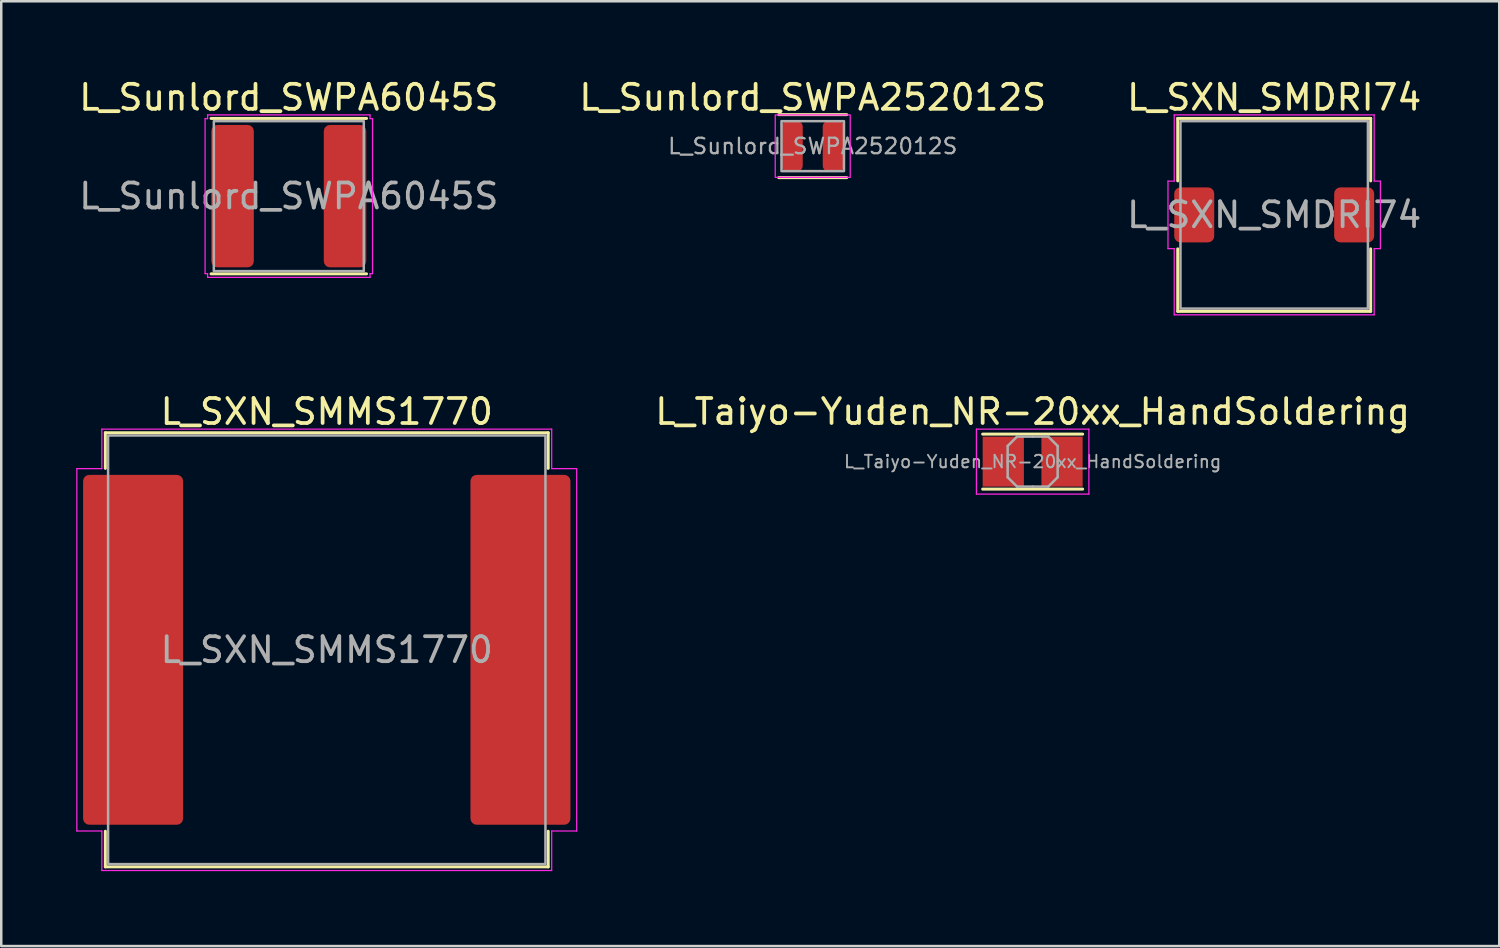
<source format=kicad_pcb>
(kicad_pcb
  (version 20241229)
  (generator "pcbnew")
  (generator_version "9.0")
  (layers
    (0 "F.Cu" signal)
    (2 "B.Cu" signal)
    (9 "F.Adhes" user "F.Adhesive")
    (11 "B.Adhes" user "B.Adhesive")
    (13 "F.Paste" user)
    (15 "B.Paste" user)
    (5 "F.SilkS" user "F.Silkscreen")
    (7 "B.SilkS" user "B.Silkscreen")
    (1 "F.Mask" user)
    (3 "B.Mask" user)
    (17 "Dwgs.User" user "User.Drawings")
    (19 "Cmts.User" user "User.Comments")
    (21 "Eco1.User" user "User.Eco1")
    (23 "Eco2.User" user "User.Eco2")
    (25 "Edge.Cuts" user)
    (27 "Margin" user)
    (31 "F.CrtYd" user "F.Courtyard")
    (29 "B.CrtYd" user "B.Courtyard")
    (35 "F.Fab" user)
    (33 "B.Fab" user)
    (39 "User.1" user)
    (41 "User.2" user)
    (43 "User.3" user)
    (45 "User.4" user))
  (footprint "L_SXN_SMMS1770"
    (layer "F.Cu")
    (at 10.025 22.951)
    (property "Reference" "L_SXN_SMMS1770" (at 0 -9.53 0) (layer "F.SilkS") (effects (font (size 1 1) (thickness 0.15))))
    (attr smd)
    (fp_line (start -8.86 -8.685) (end 8.86 -8.685) (stroke (width 0.12) (type solid)) (layer "F.SilkS"))
    (fp_line (start -8.86 -7.26) (end -8.86 -8.685) (stroke (width 0.12) (type solid)) (layer "F.SilkS"))
    (fp_line (start -8.86 8.685) (end -8.86 7.26) (stroke (width 0.12) (type solid)) (layer "F.SilkS"))
    (fp_line (start 8.86 -8.685) (end 8.86 -7.26) (stroke (width 0.12) (type solid)) (layer "F.SilkS"))
    (fp_line (start 8.86 7.26) (end 8.86 8.685) (stroke (width 0.12) (type solid)) (layer "F.SilkS"))
    (fp_line (start 8.86 8.685) (end -8.86 8.685) (stroke (width 0.12) (type solid)) (layer "F.SilkS"))
    (fp_line (start -10 -7.25) (end -9 -7.25) (stroke (width 0.05) (type solid)) (layer "F.CrtYd"))
    (fp_line (start -10 7.25) (end -10 -7.25) (stroke (width 0.05) (type solid)) (layer "F.CrtYd"))
    (fp_line (start -9 -8.83) (end 9 -8.83) (stroke (width 0.05) (type solid)) (layer "F.CrtYd"))
    (fp_line (start -9 -7.25) (end -9 -8.83) (stroke (width 0.05) (type solid)) (layer "F.CrtYd"))
    (fp_line (start -9 7.25) (end -10 7.25) (stroke (width 0.05) (type solid)) (layer "F.CrtYd"))
    (fp_line (start -9 8.83) (end -9 7.25) (stroke (width 0.05) (type solid)) (layer "F.CrtYd"))
    (fp_line (start 9 -8.83) (end 9 -7.25) (stroke (width 0.05) (type solid)) (layer "F.CrtYd"))
    (fp_line (start 9 -7.25) (end 10 -7.25) (stroke (width 0.05) (type solid)) (layer "F.CrtYd"))
    (fp_line (start 9 7.25) (end 9 8.83) (stroke (width 0.05) (type solid)) (layer "F.CrtYd"))
    (fp_line (start 9 8.83) (end -9 8.83) (stroke (width 0.05) (type solid)) (layer "F.CrtYd"))
    (fp_line (start 10 -7.25) (end 10 7.25) (stroke (width 0.05) (type solid)) (layer "F.CrtYd"))
    (fp_line (start 10 7.25) (end 9 7.25) (stroke (width 0.05) (type solid)) (layer "F.CrtYd"))
    (fp_rect (start -8.75 -8.575) (end 8.75 8.575) (stroke (width 0.1) (type solid)) (fill no) (layer "F.Fab"))
    (fp_text user "${REFERENCE}" (at 0 0 0) (layer "F.Fab") (effects (font (size 1 1) (thickness 0.15))))
    (pad "1" smd roundrect (at -7.75 0) (size 4 14) (layers "F.Cu" "F.Mask" "F.Paste") (roundrect_rratio 0.062))
    (pad "2" smd roundrect (at 7.75 0) (size 4 14) (layers "F.Cu" "F.Mask" "F.Paste") (roundrect_rratio 0.062)))
  (footprint "L_Sunlord_SWPA6045S"
    (layer "F.Cu")
    (at 8.506 4.798)
    (property "Reference" "L_Sunlord_SWPA6045S" (at 0 -3.95 0) (layer "F.SilkS") (effects (font (size 1 1) (thickness 0.15))))
    (attr smd)
    (fp_line (start -3.11 -3.11) (end 3.11 -3.11) (stroke (width 0.12) (type solid)) (layer "F.SilkS"))
    (fp_line (start 3.11 3.11) (end -3.11 3.11) (stroke (width 0.12) (type solid)) (layer "F.SilkS"))
    (fp_line (start -3.35 -3.1) (end -3.25 -3.1) (stroke (width 0.05) (type solid)) (layer "F.CrtYd"))
    (fp_line (start -3.35 3.1) (end -3.35 -3.1) (stroke (width 0.05) (type solid)) (layer "F.CrtYd"))
    (fp_line (start -3.25 -3.25) (end 3.25 -3.25) (stroke (width 0.05) (type solid)) (layer "F.CrtYd"))
    (fp_line (start -3.25 -3.1) (end -3.25 -3.25) (stroke (width 0.05) (type solid)) (layer "F.CrtYd"))
    (fp_line (start -3.25 3.1) (end -3.35 3.1) (stroke (width 0.05) (type solid)) (layer "F.CrtYd"))
    (fp_line (start -3.25 3.25) (end -3.25 3.1) (stroke (width 0.05) (type solid)) (layer "F.CrtYd"))
    (fp_line (start 3.25 -3.25) (end 3.25 -3.1) (stroke (width 0.05) (type solid)) (layer "F.CrtYd"))
    (fp_line (start 3.25 -3.1) (end 3.35 -3.1) (stroke (width 0.05) (type solid)) (layer "F.CrtYd"))
    (fp_line (start 3.25 3.1) (end 3.25 3.25) (stroke (width 0.05) (type solid)) (layer "F.CrtYd"))
    (fp_line (start 3.25 3.25) (end -3.25 3.25) (stroke (width 0.05) (type solid)) (layer "F.CrtYd"))
    (fp_line (start 3.35 -3.1) (end 3.35 3.1) (stroke (width 0.05) (type solid)) (layer "F.CrtYd"))
    (fp_line (start 3.35 3.1) (end 3.25 3.1) (stroke (width 0.05) (type solid)) (layer "F.CrtYd"))
    (fp_rect (start -3 -3) (end 3 3) (stroke (width 0.1) (type solid)) (fill no) (layer "F.Fab"))
    (fp_text user "${REFERENCE}" (at 0 0 0) (layer "F.Fab") (effects (font (size 1 1) (thickness 0.15))))
    (pad "1" smd roundrect (at -2.25 0) (size 1.7 5.7) (layers "F.Cu" "F.Mask" "F.Paste") (roundrect_rratio 0.147))
    (pad "2" smd roundrect (at 2.25 0) (size 1.7 5.7) (layers "F.Cu" "F.Mask" "F.Paste") (roundrect_rratio 0.147)))
  (footprint "L_Sunlord_SWPA252012S"
    (layer "F.Cu")
    (at 29.47 2.798)
    (property "Reference" "L_Sunlord_SWPA252012S" (at 0 -1.95 0) (layer "F.SilkS") (effects (font (size 1 1) (thickness 0.15))))
    (attr smd)
    (fp_line (start -1.36 -1.26) (end 1.36 -1.26) (stroke (width 0.12) (type solid)) (layer "F.SilkS"))
    (fp_line (start 1.36 1.26) (end -1.36 1.26) (stroke (width 0.12) (type solid)) (layer "F.SilkS"))
    (fp_rect (start -1.5 -1.25) (end 1.5 1.25) (stroke (width 0.05) (type solid)) (fill no) (layer "F.CrtYd"))
    (fp_rect (start -1.25 -1) (end 1.25 1) (stroke (width 0.1) (type solid)) (fill no) (layer "F.Fab"))
    (fp_text user "${REFERENCE}" (at 0 0 0) (layer "F.Fab") (effects (font (size 0.62 0.62) (thickness 0.09))))
    (pad "1" smd roundrect (at -0.825 0) (size 0.85 2) (layers "F.Cu" "F.Mask" "F.Paste") (roundrect_rratio 0.25))
    (pad "2" smd roundrect (at 0.825 0) (size 0.85 2) (layers "F.Cu" "F.Mask" "F.Paste") (roundrect_rratio 0.25)))
  (footprint "L_SXN_SMDRI74"
    (layer "F.Cu")
    (at 47.935 5.548)
    (property "Reference" "L_SXN_SMDRI74" (at 0 -4.7 0) (layer "F.SilkS") (effects (font (size 1 1) (thickness 0.15))))
    (attr smd)
    (fp_line (start -3.86 -3.86) (end 3.86 -3.86) (stroke (width 0.12) (type solid)) (layer "F.SilkS"))
    (fp_line (start -3.86 -1.36) (end -3.86 -3.86) (stroke (width 0.12) (type solid)) (layer "F.SilkS"))
    (fp_line (start -3.86 3.86) (end -3.86 1.36) (stroke (width 0.12) (type solid)) (layer "F.SilkS"))
    (fp_line (start 3.86 -3.86) (end 3.86 -1.36) (stroke (width 0.12) (type solid)) (layer "F.SilkS"))
    (fp_line (start 3.86 1.36) (end 3.86 3.86) (stroke (width 0.12) (type solid)) (layer "F.SilkS"))
    (fp_line (start 3.86 3.86) (end -3.86 3.86) (stroke (width 0.12) (type solid)) (layer "F.SilkS"))
    (fp_line (start -4.25 -1.35) (end -4 -1.35) (stroke (width 0.05) (type solid)) (layer "F.CrtYd"))
    (fp_line (start -4.25 1.35) (end -4.25 -1.35) (stroke (width 0.05) (type solid)) (layer "F.CrtYd"))
    (fp_line (start -4 -4) (end 4 -4) (stroke (width 0.05) (type solid)) (layer "F.CrtYd"))
    (fp_line (start -4 -1.35) (end -4 -4) (stroke (width 0.05) (type solid)) (layer "F.CrtYd"))
    (fp_line (start -4 1.35) (end -4.25 1.35) (stroke (width 0.05) (type solid)) (layer "F.CrtYd"))
    (fp_line (start -4 4) (end -4 1.35) (stroke (width 0.05) (type solid)) (layer "F.CrtYd"))
    (fp_line (start 4 -4) (end 4 -1.35) (stroke (width 0.05) (type solid)) (layer "F.CrtYd"))
    (fp_line (start 4 -1.35) (end 4.25 -1.35) (stroke (width 0.05) (type solid)) (layer "F.CrtYd"))
    (fp_line (start 4 1.35) (end 4 4) (stroke (width 0.05) (type solid)) (layer "F.CrtYd"))
    (fp_line (start 4 4) (end -4 4) (stroke (width 0.05) (type solid)) (layer "F.CrtYd"))
    (fp_line (start 4.25 -1.35) (end 4.25 1.35) (stroke (width 0.05) (type solid)) (layer "F.CrtYd"))
    (fp_line (start 4.25 1.35) (end 4 1.35) (stroke (width 0.05) (type solid)) (layer "F.CrtYd"))
    (fp_rect (start -3.75 -3.75) (end 3.75 3.75) (stroke (width 0.1) (type solid)) (fill no) (layer "F.Fab"))
    (fp_text user "${REFERENCE}" (at 0 0 0) (layer "F.Fab") (effects (font (size 1 1) (thickness 0.15))))
    (pad "1" smd roundrect (at -3.2 0) (size 1.6 2.2) (layers "F.Cu" "F.Mask" "F.Paste") (roundrect_rratio 0.156))
    (pad "2" smd roundrect (at 3.2 0) (size 1.6 2.2) (layers "F.Cu" "F.Mask" "F.Paste") (roundrect_rratio 0.156)))
  (footprint "L_Taiyo-Yuden_NR-20xx_HandSoldering"
    (layer "F.Cu")
    (at 38.27 15.421)
    (property "Reference" "L_Taiyo-Yuden_NR-20xx_HandSoldering" (at 0 -2 0) (layer "F.SilkS") (effects (font (size 1 1) (thickness 0.15))))
    (attr smd)
    (fp_line (start -2 -1.1) (end 2 -1.1) (stroke (width 0.12) (type solid)) (layer "F.SilkS"))
    (fp_line (start -2 1.1) (end 2 1.1) (stroke (width 0.12) (type solid)) (layer "F.SilkS"))
    (fp_line (start -2.25 -1.3) (end -2.25 1.3) (stroke (width 0.05) (type solid)) (layer "F.CrtYd"))
    (fp_line (start -2.25 1.3) (end 2.25 1.3) (stroke (width 0.05) (type solid)) (layer "F.CrtYd"))
    (fp_line (start 2.25 -1.3) (end -2.25 -1.3) (stroke (width 0.05) (type solid)) (layer "F.CrtYd"))
    (fp_line (start 2.25 1.3) (end 2.25 -1.3) (stroke (width 0.05) (type solid)) (layer "F.CrtYd"))
    (fp_line (start -1 -0.625) (end -0.625 -1) (stroke (width 0.1) (type solid)) (layer "F.Fab"))
    (fp_line (start -1 0) (end -1 -0.625) (stroke (width 0.1) (type solid)) (layer "F.Fab"))
    (fp_line (start -1 0) (end -1 0.625) (stroke (width 0.1) (type solid)) (layer "F.Fab"))
    (fp_line (start -1 0.625) (end -0.625 1) (stroke (width 0.1) (type solid)) (layer "F.Fab"))
    (fp_line (start -0.625 -1) (end 0 -1) (stroke (width 0.1) (type solid)) (layer "F.Fab"))
    (fp_line (start -0.625 1) (end 0 1) (stroke (width 0.1) (type solid)) (layer "F.Fab"))
    (fp_line (start 0.625 -1) (end 0 -1) (stroke (width 0.1) (type solid)) (layer "F.Fab"))
    (fp_line (start 0.625 1) (end 0 1) (stroke (width 0.1) (type solid)) (layer "F.Fab"))
    (fp_line (start 1 -0.625) (end 0.625 -1) (stroke (width 0.1) (type solid)) (layer "F.Fab"))
    (fp_line (start 1 0) (end 1 -0.625) (stroke (width 0.1) (type solid)) (layer "F.Fab"))
    (fp_line (start 1 0) (end 1 0.625) (stroke (width 0.1) (type solid)) (layer "F.Fab"))
    (fp_line (start 1 0.625) (end 0.625 1) (stroke (width 0.1) (type solid)) (layer "F.Fab"))
    (fp_text user "${REFERENCE}" (at 0 0 0) (layer "F.Fab") (effects (font (size 0.5 0.5) (thickness 0.075))))
    (pad "1" smd rect (at -1.175 0) (size 1.65 2) (layers "F.Cu" "F.Mask" "F.Paste"))
    (pad "2" smd rect (at 1.175 0) (size 1.65 2) (layers "F.Cu" "F.Mask" "F.Paste")))
  (gr_rect
    (start -3 -3)
    (end 56.94 34.806)
    (stroke (width 0.1) (type default))
    (fill no)
    (layer "Edge.Cuts")))
</source>
